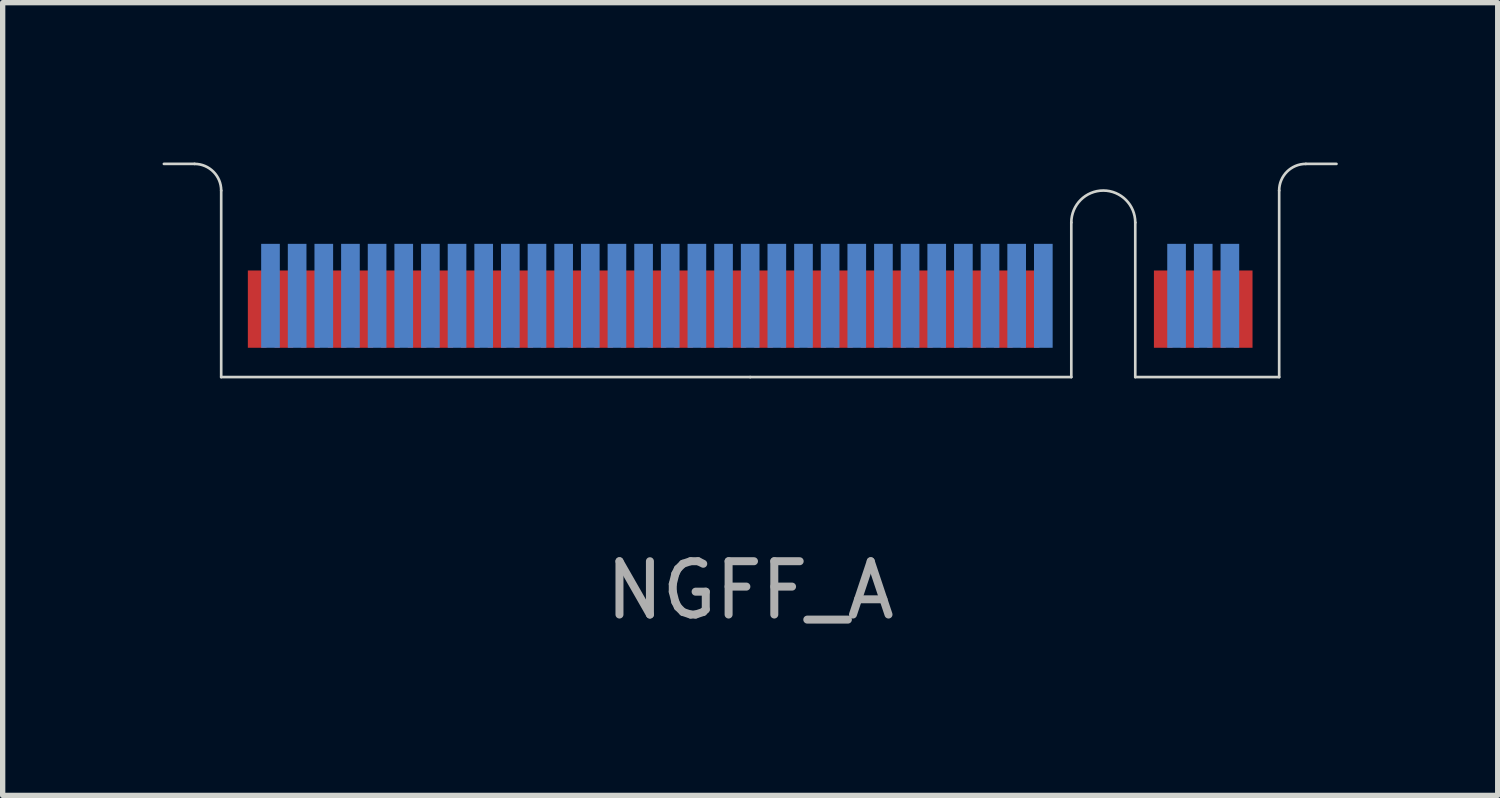
<source format=kicad_pcb>
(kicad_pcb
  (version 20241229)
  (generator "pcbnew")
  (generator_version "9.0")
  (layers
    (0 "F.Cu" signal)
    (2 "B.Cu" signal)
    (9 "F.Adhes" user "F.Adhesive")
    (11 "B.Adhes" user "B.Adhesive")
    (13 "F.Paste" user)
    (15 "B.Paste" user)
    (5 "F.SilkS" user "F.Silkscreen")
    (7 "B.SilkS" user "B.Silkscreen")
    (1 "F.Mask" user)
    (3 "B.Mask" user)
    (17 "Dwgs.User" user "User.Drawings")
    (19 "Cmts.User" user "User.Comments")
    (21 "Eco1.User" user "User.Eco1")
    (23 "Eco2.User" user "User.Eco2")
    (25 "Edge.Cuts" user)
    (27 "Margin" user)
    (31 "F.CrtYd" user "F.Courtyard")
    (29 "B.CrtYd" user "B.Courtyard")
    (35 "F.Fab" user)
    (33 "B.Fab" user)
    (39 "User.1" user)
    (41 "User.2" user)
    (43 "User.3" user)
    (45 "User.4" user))
  (footprint "NGFF_A"
    (layer "F.Cu")
    (at 11.025 4.025)
    (property "Reference" "NGFF_A" (at 0 4 0) (layer "F.Fab") (effects (font (size 1 1) (thickness 0.15))))
    (attr through_hole)
    (fp_poly (pts (xy -9.925 0) (xy 6.025 0) (xy 6.025 -2) (xy -9.925 -2)) (stroke (width 0.1) (type solid)) (fill yes) (layer "F.Mask"))
    (fp_poly (pts (xy 7.225 0) (xy 9.925 0) (xy 9.925 -2) (xy 7.225 -2)) (stroke (width 0.1) (type solid)) (fill yes) (layer "F.Mask"))
    (fp_poly (pts (xy -9.925 0) (xy 6.025 0) (xy 6.025 -2.5) (xy -9.925 -2.5)) (stroke (width 0.1) (type solid)) (fill yes) (layer "B.Mask"))
    (fp_poly (pts (xy 7.225 0) (xy 9.925 0) (xy 9.925 -2.5) (xy 7.225 -2.5)) (stroke (width 0.1) (type solid)) (fill yes) (layer "B.Mask"))
    (fp_line (start -11 -4) (end -10.425 -4) (stroke (width 0.05) (type solid)) (layer "Edge.Cuts"))
    (fp_line (start -9.925 -3.5) (end -9.925 0) (stroke (width 0.05) (type solid)) (layer "Edge.Cuts"))
    (fp_line (start -9.925 0) (end 0 0) (stroke (width 0.05) (type solid)) (layer "Edge.Cuts"))
    (fp_line (start 0 0) (end 6.025 0) (stroke (width 0.05) (type solid)) (layer "Edge.Cuts"))
    (fp_line (start 6.025 0) (end 6.025 -2.9) (stroke (width 0.05) (type solid)) (layer "Edge.Cuts"))
    (fp_line (start 7.225 -2.9) (end 7.225 0) (stroke (width 0.05) (type solid)) (layer "Edge.Cuts"))
    (fp_line (start 7.225 0) (end 9.925 0) (stroke (width 0.05) (type solid)) (layer "Edge.Cuts"))
    (fp_line (start 9.925 0) (end 9.925 -3.5) (stroke (width 0.05) (type solid)) (layer "Edge.Cuts"))
    (fp_line (start 10.425 -4) (end 11 -4) (stroke (width 0.05) (type solid)) (layer "Edge.Cuts"))
    (fp_arc (start -10.425 -4) (mid -10.071447 -3.853553) (end -9.925 -3.5) (stroke (width 0.05) (type solid)) (layer "Edge.Cuts"))
    (fp_arc (start 6.025 -2.9) (mid 6.625 -3.5) (end 7.225 -2.9) (stroke (width 0.05) (type solid)) (layer "Edge.Cuts"))
    (fp_arc (start 9.925 -3.5) (mid 10.071447 -3.853553) (end 10.425 -4) (stroke (width 0.05) (type solid)) (layer "Edge.Cuts"))
    (pad "1" smd rect (at 9.25 -1.275) (size 0.35 1.45) (layers "F.Cu"))
    (pad "2" smd rect (at 9 -1.525) (size 0.35 1.95) (layers "B.Cu"))
    (pad "3" smd rect (at 8.75 -1.275) (size 0.35 1.45) (layers "F.Cu"))
    (pad "4" smd rect (at 8.5 -1.525) (size 0.35 1.95) (layers "B.Cu"))
    (pad "5" smd rect (at 8.25 -1.275) (size 0.35 1.45) (layers "F.Cu"))
    (pad "6" smd rect (at 8 -1.525) (size 0.35 1.95) (layers "B.Cu"))
    (pad "7" smd rect (at 7.75 -1.275) (size 0.35 1.45) (layers "F.Cu"))
    (pad "16" smd rect (at 5.5 -1.525) (size 0.35 1.95) (layers "B.Cu"))
    (pad "17" smd rect (at 5.25 -1.275) (size 0.35 1.45) (layers "F.Cu"))
    (pad "18" smd rect (at 5 -1.525) (size 0.35 1.95) (layers "B.Cu"))
    (pad "19" smd rect (at 4.75 -1.275) (size 0.35 1.45) (layers "F.Cu"))
    (pad "20" smd rect (at 4.5 -1.525) (size 0.35 1.95) (layers "B.Cu"))
    (pad "21" smd rect (at 4.25 -1.275) (size 0.35 1.45) (layers "F.Cu"))
    (pad "22" smd rect (at 4 -1.525) (size 0.35 1.95) (layers "B.Cu"))
    (pad "23" smd rect (at 3.75 -1.275) (size 0.35 1.45) (layers "F.Cu"))
    (pad "24" smd rect (at 3.5 -1.525) (size 0.35 1.95) (layers "B.Cu"))
    (pad "25" smd rect (at 3.25 -1.275) (size 0.35 1.45) (layers "F.Cu"))
    (pad "26" smd rect (at 3 -1.525) (size 0.35 1.95) (layers "B.Cu"))
    (pad "27" smd rect (at 2.75 -1.275) (size 0.35 1.45) (layers "F.Cu"))
    (pad "28" smd rect (at 2.5 -1.525) (size 0.35 1.95) (layers "B.Cu"))
    (pad "29" smd rect (at 2.25 -1.275) (size 0.35 1.45) (layers "F.Cu"))
    (pad "30" smd rect (at 2 -1.525) (size 0.35 1.95) (layers "B.Cu"))
    (pad "31" smd rect (at 1.75 -1.275) (size 0.35 1.45) (layers "F.Cu"))
    (pad "32" smd rect (at 1.5 -1.525) (size 0.35 1.95) (layers "B.Cu"))
    (pad "33" smd rect (at 1.25 -1.275) (size 0.35 1.45) (layers "F.Cu"))
    (pad "34" smd rect (at 1 -1.525) (size 0.35 1.95) (layers "B.Cu"))
    (pad "35" smd rect (at 0.75 -1.275) (size 0.35 1.45) (layers "F.Cu"))
    (pad "36" smd rect (at 0.5 -1.525) (size 0.35 1.95) (layers "B.Cu"))
    (pad "37" smd rect (at 0.25 -1.275) (size 0.35 1.45) (layers "F.Cu"))
    (pad "38" smd rect (at 0 -1.525) (size 0.35 1.95) (layers "B.Cu"))
    (pad "39" smd rect (at -0.25 -1.275) (size 0.35 1.45) (layers "F.Cu"))
    (pad "40" smd rect (at -0.5 -1.525) (size 0.35 1.95) (layers "B.Cu"))
    (pad "41" smd rect (at -0.75 -1.275) (size 0.35 1.45) (layers "F.Cu"))
    (pad "42" smd rect (at -1 -1.525) (size 0.35 1.95) (layers "B.Cu"))
    (pad "43" smd rect (at -1.25 -1.275) (size 0.35 1.45) (layers "F.Cu"))
    (pad "44" smd rect (at -1.5 -1.525) (size 0.35 1.95) (layers "B.Cu"))
    (pad "45" smd rect (at -1.75 -1.275) (size 0.35 1.45) (layers "F.Cu"))
    (pad "46" smd rect (at -2 -1.525) (size 0.35 1.95) (layers "B.Cu"))
    (pad "47" smd rect (at -2.25 -1.275) (size 0.35 1.45) (layers "F.Cu"))
    (pad "48" smd rect (at -2.5 -1.525) (size 0.35 1.95) (layers "B.Cu"))
    (pad "49" smd rect (at -2.75 -1.275) (size 0.35 1.45) (layers "F.Cu"))
    (pad "50" smd rect (at -3 -1.525) (size 0.35 1.95) (layers "B.Cu"))
    (pad "51" smd rect (at -3.25 -1.275) (size 0.35 1.45) (layers "F.Cu"))
    (pad "52" smd rect (at -3.5 -1.525) (size 0.35 1.95) (layers "B.Cu"))
    (pad "53" smd rect (at -3.75 -1.275) (size 0.35 1.45) (layers "F.Cu"))
    (pad "54" smd rect (at -4 -1.525) (size 0.35 1.95) (layers "B.Cu"))
    (pad "55" smd rect (at -4.25 -1.275) (size 0.35 1.45) (layers "F.Cu"))
    (pad "56" smd rect (at -4.5 -1.525) (size 0.35 1.95) (layers "B.Cu"))
    (pad "57" smd rect (at -4.75 -1.275) (size 0.35 1.45) (layers "F.Cu"))
    (pad "58" smd rect (at -5 -1.525) (size 0.35 1.95) (layers "B.Cu"))
    (pad "59" smd rect (at -5.25 -1.275) (size 0.35 1.45) (layers "F.Cu"))
    (pad "60" smd rect (at -5.5 -1.525) (size 0.35 1.95) (layers "B.Cu"))
    (pad "61" smd rect (at -5.75 -1.275) (size 0.35 1.45) (layers "F.Cu"))
    (pad "62" smd rect (at -6 -1.525) (size 0.35 1.95) (layers "B.Cu"))
    (pad "63" smd rect (at -6.25 -1.275) (size 0.35 1.45) (layers "F.Cu"))
    (pad "64" smd rect (at -6.5 -1.525) (size 0.35 1.95) (layers "B.Cu"))
    (pad "65" smd rect (at -6.75 -1.275) (size 0.35 1.45) (layers "F.Cu"))
    (pad "66" smd rect (at -7 -1.525) (size 0.35 1.95) (layers "B.Cu"))
    (pad "67" smd rect (at -7.25 -1.275) (size 0.35 1.45) (layers "F.Cu"))
    (pad "68" smd rect (at -7.5 -1.525) (size 0.35 1.95) (layers "B.Cu"))
    (pad "69" smd rect (at -7.75 -1.275) (size 0.35 1.45) (layers "F.Cu"))
    (pad "70" smd rect (at -8 -1.525) (size 0.35 1.95) (layers "B.Cu"))
    (pad "71" smd rect (at -8.25 -1.275) (size 0.35 1.45) (layers "F.Cu"))
    (pad "72" smd rect (at -8.5 -1.525) (size 0.35 1.95) (layers "B.Cu"))
    (pad "73" smd rect (at -8.75 -1.275) (size 0.35 1.45) (layers "F.Cu"))
    (pad "74" smd rect (at -9 -1.525) (size 0.35 1.95) (layers "B.Cu"))
    (pad "75" smd rect (at -9.25 -1.275) (size 0.35 1.45) (layers "F.Cu")))
  (gr_rect
    (start -3 -3)
    (end 25.05 11.873)
    (stroke (width 0.1) (type default))
    (fill no)
    (layer "Edge.Cuts")))
</source>
